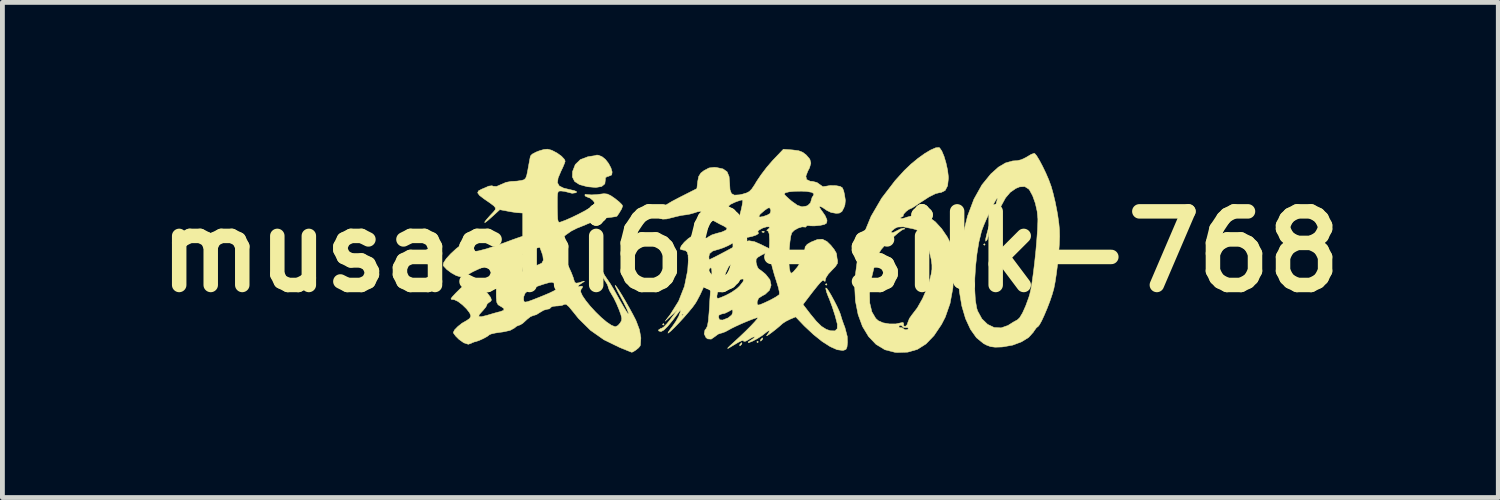
<source format=kicad_pcb>
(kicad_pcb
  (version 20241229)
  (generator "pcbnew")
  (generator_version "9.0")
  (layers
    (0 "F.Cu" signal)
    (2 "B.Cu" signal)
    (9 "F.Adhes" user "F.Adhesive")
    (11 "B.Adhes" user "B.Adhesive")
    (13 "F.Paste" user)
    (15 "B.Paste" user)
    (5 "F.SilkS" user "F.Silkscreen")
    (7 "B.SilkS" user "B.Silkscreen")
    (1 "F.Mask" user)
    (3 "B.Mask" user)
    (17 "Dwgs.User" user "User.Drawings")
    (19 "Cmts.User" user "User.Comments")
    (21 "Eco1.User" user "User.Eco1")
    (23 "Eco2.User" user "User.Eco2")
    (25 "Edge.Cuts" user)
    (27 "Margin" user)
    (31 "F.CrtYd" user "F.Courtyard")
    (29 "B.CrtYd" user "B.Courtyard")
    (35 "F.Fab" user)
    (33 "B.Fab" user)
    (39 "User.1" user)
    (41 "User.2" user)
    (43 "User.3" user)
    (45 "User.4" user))
  (footprint "musashi60-silk-768"
    (layer "F.Cu")
    (at 12.49 2.162)
    (property "Reference" "musashi60-silk-768" (at 0 0 0) (layer "F.SilkS") (effects (font (size 1.524 1.524) (thickness 0.3))))
    (attr through_hole)
    (fp_poly (pts (xy -1.786 1.505) (xy -1.802 1.521) (xy -1.819 1.505) (xy -1.802 1.488) (xy -1.786 1.505)) (stroke (width 0.01) (type solid)) (fill yes) (layer "F.SilkS"))
    (fp_poly (pts (xy 0.165 1.869) (xy 0.149 1.885) (xy 0.132 1.869) (xy 0.149 1.852) (xy 0.165 1.869)) (stroke (width 0.01) (type solid)) (fill yes) (layer "F.SilkS"))
    (fp_poly (pts (xy 1.587 0.678) (xy 1.571 0.695) (xy 1.554 0.678) (xy 1.571 0.661) (xy 1.587 0.678)) (stroke (width 0.01) (type solid)) (fill yes) (layer "F.SilkS"))
    (fp_poly (pts (xy 4.862 -0.149) (xy 4.845 -0.132) (xy 4.829 -0.149) (xy 4.845 -0.165) (xy 4.862 -0.149)) (stroke (width 0.01) (type solid)) (fill yes) (layer "F.SilkS"))
    (fp_poly (pts (xy 0.287 -0.419) (xy 0.282 -0.399) (xy 0.265 -0.397) (xy 0.237 -0.409) (xy 0.243 -0.419) (xy 0.282 -0.423) (xy 0.287 -0.419)) (stroke (width 0.01) (type solid)) (fill yes) (layer "F.SilkS"))
    (fp_poly (pts (xy 5.049 -0.617) (xy 5.053 -0.578) (xy 5.049 -0.573) (xy 5.029 -0.578) (xy 5.027 -0.595) (xy 5.039 -0.623) (xy 5.049 -0.617)) (stroke (width 0.01) (type solid)) (fill yes) (layer "F.SilkS"))
    (fp_poly (pts (xy -0.176 1.907) (xy -0.182 1.918) (xy -0.213 1.95) (xy -0.219 1.951) (xy -0.221 1.93) (xy -0.215 1.918) (xy -0.184 1.887) (xy -0.178 1.885) (xy -0.176 1.907)) (stroke (width 0.01) (type solid)) (fill yes) (layer "F.SilkS"))
    (fp_poly (pts (xy 0.254 1.807) (xy 0.248 1.819) (xy 0.217 1.851) (xy 0.211 1.852) (xy 0.209 1.831) (xy 0.215 1.819) (xy 0.246 1.787) (xy 0.252 1.786) (xy 0.254 1.807)) (stroke (width 0.01) (type solid)) (fill yes) (layer "F.SilkS"))
    (fp_poly (pts (xy -3.145 -1.997) (xy -3.077 -1.969) (xy -3.071 -1.966) (xy -3.001 -1.91) (xy -2.937 -1.827) (xy -2.888 -1.735) (xy -2.863 -1.651) (xy -2.871 -1.594) (xy -2.88 -1.585) (xy -2.947 -1.558) (xy -2.97 -1.555) (xy -3.002 -1.528) (xy -3.003 -1.493) (xy -3.014 -1.405) (xy -3.08 -1.35) (xy -3.201 -1.33) (xy -3.373 -1.345) (xy -3.536 -1.388) (xy -3.639 -1.454) (xy -3.686 -1.547) (xy -3.683 -1.659) (xy -3.626 -1.805) (xy -3.52 -1.908) (xy -3.365 -1.966) (xy -3.309 -1.975) (xy -3.228 -1.987) (xy -3.182 -2) (xy -3.18 -2.001) (xy -3.145 -1.997)) (stroke (width 0.01) (type solid)) (fill yes) (layer "F.SilkS"))
    (fp_poly (pts (xy 5.887 -2.034) (xy 5.927 -1.988) (xy 5.984 -1.894) (xy 6.05 -1.77) (xy 6.118 -1.629) (xy 6.18 -1.486) (xy 6.227 -1.357) (xy 6.229 -1.353) (xy 6.269 -1.21) (xy 6.312 -1.031) (xy 6.349 -0.843) (xy 6.365 -0.752) (xy 6.388 -0.589) (xy 6.401 -0.451) (xy 6.404 -0.314) (xy 6.398 -0.157) (xy 6.384 0.042) (xy 6.383 0.058) (xy 6.363 0.253) (xy 6.338 0.451) (xy 6.311 0.629) (xy 6.285 0.764) (xy 6.284 0.767) (xy 6.25 0.886) (xy 6.203 1.025) (xy 6.147 1.171) (xy 6.088 1.311) (xy 6.033 1.43) (xy 5.986 1.515) (xy 5.954 1.554) (xy 5.95 1.554) (xy 5.92 1.58) (xy 5.874 1.644) (xy 5.861 1.666) (xy 5.763 1.775) (xy 5.615 1.867) (xy 5.433 1.935) (xy 5.231 1.971) (xy 5.199 1.974) (xy 5.068 1.978) (xy 4.974 1.966) (xy 4.889 1.934) (xy 4.827 1.901) (xy 4.682 1.782) (xy 4.558 1.608) (xy 4.456 1.387) (xy 4.379 1.126) (xy 4.33 0.834) (xy 4.328 0.793) (xy 4.647 0.793) (xy 4.659 1.002) (xy 4.687 1.168) (xy 4.705 1.227) (xy 4.794 1.39) (xy 4.912 1.505) (xy 5.048 1.57) (xy 5.193 1.578) (xy 5.338 1.527) (xy 5.361 1.511) (xy 5.446 1.458) (xy 5.515 1.42) (xy 5.526 1.415) (xy 5.577 1.368) (xy 5.637 1.267) (xy 5.702 1.122) (xy 5.766 0.946) (xy 5.785 0.884) (xy 5.809 0.78) (xy 5.835 0.623) (xy 5.862 0.428) (xy 5.888 0.21) (xy 5.912 -0.018) (xy 5.931 -0.242) (xy 5.946 -0.447) (xy 5.953 -0.62) (xy 5.954 -0.678) (xy 5.939 -0.835) (xy 5.901 -1.003) (xy 5.846 -1.157) (xy 5.782 -1.275) (xy 5.763 -1.298) (xy 5.681 -1.349) (xy 5.574 -1.342) (xy 5.497 -1.31) (xy 5.381 -1.229) (xy 5.283 -1.113) (xy 5.193 -0.948) (xy 5.162 -0.878) (xy 5.116 -0.777) (xy 5.077 -0.713) (xy 5.055 -0.696) (xy 5.053 -0.699) (xy 5.038 -0.692) (xy 5.013 -0.639) (xy 4.983 -0.557) (xy 4.955 -0.465) (xy 4.934 -0.38) (xy 4.927 -0.326) (xy 4.909 -0.261) (xy 4.892 -0.232) (xy 4.872 -0.217) (xy 4.872 -0.259) (xy 4.893 -0.353) (xy 4.931 -0.492) (xy 4.987 -0.673) (xy 5.014 -0.757) (xy 5.059 -0.897) (xy 5.093 -1.011) (xy 5.114 -1.087) (xy 5.117 -1.112) (xy 5.097 -1.092) (xy 5.057 -1.025) (xy 5.005 -0.924) (xy 4.947 -0.802) (xy 4.888 -0.675) (xy 4.836 -0.554) (xy 4.797 -0.453) (xy 4.784 -0.413) (xy 4.732 -0.198) (xy 4.692 0.045) (xy 4.664 0.3) (xy 4.648 0.554) (xy 4.647 0.793) (xy 4.328 0.793) (xy 4.311 0.52) (xy 4.324 0.19) (xy 4.329 0.139) (xy 4.397 -0.327) (xy 4.497 -0.736) (xy 4.63 -1.088) (xy 4.795 -1.383) (xy 4.979 -1.609) (xy 5.136 -1.75) (xy 5.282 -1.837) (xy 5.432 -1.879) (xy 5.527 -1.885) (xy 5.608 -1.904) (xy 5.706 -1.95) (xy 5.736 -1.968) (xy 5.815 -2.015) (xy 5.874 -2.036) (xy 5.887 -2.034)) (stroke (width 0.01) (type solid)) (fill yes) (layer "F.SilkS"))
    (fp_poly (pts (xy 3.919 -2.15) (xy 3.964 -2.085) (xy 4.011 -1.973) (xy 4.052 -1.834) (xy 4.084 -1.688) (xy 4.1 -1.553) (xy 4.101 -1.52) (xy 4.084 -1.365) (xy 4.033 -1.267) (xy 3.948 -1.225) (xy 3.923 -1.224) (xy 3.831 -1.201) (xy 3.697 -1.133) (xy 3.525 -1.022) (xy 3.5 -1.005) (xy 3.412 -0.945) (xy 3.346 -0.904) (xy 3.321 -0.893) (xy 3.278 -0.874) (xy 3.223 -0.831) (xy 3.178 -0.783) (xy 3.164 -0.75) (xy 3.165 -0.749) (xy 3.161 -0.729) (xy 3.147 -0.728) (xy 3.111 -0.705) (xy 3.109 -0.694) (xy 3.136 -0.683) (xy 3.205 -0.701) (xy 3.229 -0.711) (xy 3.386 -0.752) (xy 3.547 -0.755) (xy 3.686 -0.72) (xy 3.698 -0.714) (xy 3.829 -0.619) (xy 3.96 -0.477) (xy 4.075 -0.309) (xy 4.124 -0.215) (xy 4.164 -0.125) (xy 4.19 -0.046) (xy 4.206 0.039) (xy 4.213 0.148) (xy 4.215 0.298) (xy 4.214 0.38) (xy 4.194 0.75) (xy 4.135 1.072) (xy 4.037 1.353) (xy 3.958 1.507) (xy 3.801 1.74) (xy 3.636 1.911) (xy 3.457 2.024) (xy 3.258 2.081) (xy 3.033 2.088) (xy 2.993 2.084) (xy 2.786 2.031) (xy 2.603 1.92) (xy 2.448 1.758) (xy 2.326 1.556) (xy 3.076 1.556) (xy 3.096 1.577) (xy 3.107 1.572) (xy 3.149 1.577) (xy 3.158 1.587) (xy 3.2 1.616) (xy 3.25 1.617) (xy 3.274 1.589) (xy 3.274 1.589) (xy 3.25 1.57) (xy 3.228 1.574) (xy 3.174 1.571) (xy 3.16 1.557) (xy 3.119 1.524) (xy 3.083 1.533) (xy 3.076 1.556) (xy 2.326 1.556) (xy 2.322 1.55) (xy 2.231 1.302) (xy 2.175 1.019) (xy 2.166 0.837) (xy 2.467 0.837) (xy 2.472 1.063) (xy 2.516 1.246) (xy 2.596 1.382) (xy 2.647 1.429) (xy 2.746 1.473) (xy 2.878 1.496) (xy 3.014 1.496) (xy 3.101 1.477) (xy 3.156 1.466) (xy 3.172 1.478) (xy 3.175 1.539) (xy 3.213 1.547) (xy 3.248 1.508) (xy 3.263 1.46) (xy 3.294 1.382) (xy 3.343 1.313) (xy 3.457 1.164) (xy 3.566 0.971) (xy 3.658 0.759) (xy 3.707 0.611) (xy 3.743 0.47) (xy 3.76 0.366) (xy 3.76 0.273) (xy 3.745 0.163) (xy 3.739 0.132) (xy 3.695 -0.048) (xy 3.632 -0.214) (xy 3.56 -0.347) (xy 3.505 -0.414) (xy 3.432 -0.456) (xy 3.354 -0.478) (xy 3.246 -0.498) (xy 3.167 -0.515) (xy 3.05 -0.51) (xy 2.993 -0.483) (xy 2.924 -0.426) (xy 2.914 -0.393) (xy 2.955 -0.394) (xy 3.026 -0.43) (xy 3.108 -0.471) (xy 3.172 -0.487) (xy 3.183 -0.485) (xy 3.2 -0.47) (xy 3.174 -0.466) (xy 3.13 -0.443) (xy 3.052 -0.383) (xy 2.953 -0.297) (xy 2.892 -0.239) (xy 2.783 -0.131) (xy 2.709 -0.046) (xy 2.659 0.036) (xy 2.618 0.135) (xy 2.575 0.274) (xy 2.572 0.282) (xy 2.501 0.575) (xy 2.467 0.837) (xy 2.166 0.837) (xy 2.159 0.707) (xy 2.167 0.534) (xy 2.228 0.08) (xy 2.338 -0.34) (xy 2.5 -0.733) (xy 2.719 -1.108) (xy 2.998 -1.472) (xy 3.189 -1.682) (xy 3.325 -1.812) (xy 3.468 -1.93) (xy 3.608 -2.031) (xy 3.734 -2.106) (xy 3.837 -2.151) (xy 3.906 -2.157) (xy 3.919 -2.15)) (stroke (width 0.01) (type solid)) (fill yes) (layer "F.SilkS"))
    (fp_poly (pts (xy -4.129 -2.105) (xy -4.101 -2.094) (xy -4.002 -2.042) (xy -3.912 -1.977) (xy -3.852 -1.913) (xy -3.836 -1.874) (xy -3.85 -1.829) (xy -3.885 -1.745) (xy -3.923 -1.666) (xy -3.982 -1.526) (xy -3.995 -1.428) (xy -3.959 -1.362) (xy -3.869 -1.317) (xy -3.764 -1.291) (xy -3.653 -1.266) (xy -3.602 -1.246) (xy -3.604 -1.226) (xy -3.612 -1.22) (xy -3.692 -1.209) (xy -3.753 -1.224) (xy -3.85 -1.249) (xy -3.921 -1.257) (xy -3.957 -1.255) (xy -3.98 -1.24) (xy -3.993 -1.201) (xy -3.998 -1.125) (xy -3.998 -1.001) (xy -3.998 -0.925) (xy -3.995 -0.775) (xy -3.991 -0.68) (xy -3.981 -0.628) (xy -3.964 -0.609) (xy -3.936 -0.612) (xy -3.924 -0.616) (xy -3.825 -0.653) (xy -3.698 -0.709) (xy -3.562 -0.775) (xy -3.434 -0.842) (xy -3.333 -0.901) (xy -3.283 -0.936) (xy -3.234 -0.987) (xy -3.232 -1.025) (xy -3.263 -1.064) (xy -3.321 -1.111) (xy -3.36 -1.124) (xy -3.415 -1.149) (xy -3.426 -1.162) (xy -3.424 -1.187) (xy -3.37 -1.182) (xy -3.29 -1.176) (xy -3.18 -1.182) (xy -3.128 -1.189) (xy -3.031 -1.201) (xy -2.96 -1.193) (xy -2.888 -1.158) (xy -2.805 -1.101) (xy -2.72 -1.033) (xy -2.662 -0.976) (xy -2.646 -0.947) (xy -2.666 -0.887) (xy -2.723 -0.792) (xy -2.764 -0.734) (xy -2.798 -0.725) (xy -2.878 -0.713) (xy -2.948 -0.705) (xy -3.089 -0.679) (xy -3.237 -0.634) (xy -3.291 -0.612) (xy -3.416 -0.557) (xy -3.544 -0.505) (xy -3.593 -0.486) (xy -3.709 -0.427) (xy -3.819 -0.35) (xy -3.835 -0.337) (xy -3.942 -0.24) (xy -3.89 -0.038) (xy -3.847 0.104) (xy -3.793 0.248) (xy -3.759 0.322) (xy -3.709 0.432) (xy -3.669 0.535) (xy -3.658 0.574) (xy -3.64 0.629) (xy -3.612 0.652) (xy -3.555 0.645) (xy -3.456 0.613) (xy -3.435 0.612) (xy -3.467 0.636) (xy -3.481 0.644) (xy -3.546 0.688) (xy -3.571 0.718) (xy -3.551 0.725) (xy -3.522 0.716) (xy -3.479 0.714) (xy -3.481 0.748) (xy -3.51 0.785) (xy -3.515 0.833) (xy -3.478 0.914) (xy -3.408 1.016) (xy -3.314 1.132) (xy -3.205 1.25) (xy -3.091 1.361) (xy -2.98 1.455) (xy -2.882 1.522) (xy -2.806 1.553) (xy -2.794 1.554) (xy -2.742 1.529) (xy -2.696 1.476) (xy -2.669 1.428) (xy -2.664 1.378) (xy -2.681 1.307) (xy -2.718 1.204) (xy -2.771 1.077) (xy -2.83 0.956) (xy -2.867 0.894) (xy -2.915 0.811) (xy -2.942 0.746) (xy -2.943 0.733) (xy -2.963 0.677) (xy -3.009 0.605) (xy -3.01 0.604) (xy -3.056 0.523) (xy -3.073 0.45) (xy -3.067 0.409) (xy -3.051 0.43) (xy -3.02 0.489) (xy -2.967 0.568) (xy -2.959 0.579) (xy -2.9 0.666) (xy -2.831 0.78) (xy -2.795 0.843) (xy -2.701 1.012) (xy -2.623 1.147) (xy -2.566 1.241) (xy -2.533 1.287) (xy -2.528 1.29) (xy -2.526 1.265) (xy -2.557 1.188) (xy -2.622 1.057) (xy -2.687 0.934) (xy -2.745 0.825) (xy -2.785 0.742) (xy -2.801 0.698) (xy -2.801 0.695) (xy -2.776 0.722) (xy -2.727 0.794) (xy -2.661 0.9) (xy -2.586 1.027) (xy -2.509 1.163) (xy -2.437 1.294) (xy -2.378 1.408) (xy -2.364 1.439) (xy -2.298 1.615) (xy -2.268 1.785) (xy -2.277 1.929) (xy -2.283 1.95) (xy -2.315 1.991) (xy -2.374 2.039) (xy -2.433 2.076) (xy -2.459 2.083) (xy -2.49 2.071) (xy -2.567 2.04) (xy -2.675 1.996) (xy -2.707 1.983) (xy -3.033 1.824) (xy -3.312 1.628) (xy -3.558 1.385) (xy -3.669 1.247) (xy -3.756 1.141) (xy -3.814 1.09) (xy -3.848 1.09) (xy -3.902 1.113) (xy -3.99 1.124) (xy -4.008 1.124) (xy -4.089 1.132) (xy -4.132 1.151) (xy -4.134 1.158) (xy -4.162 1.184) (xy -4.203 1.191) (xy -4.278 1.211) (xy -4.357 1.257) (xy -4.432 1.304) (xy -4.496 1.323) (xy -4.553 1.345) (xy -4.626 1.402) (xy -4.647 1.422) (xy -4.716 1.485) (xy -4.774 1.519) (xy -4.785 1.521) (xy -4.84 1.543) (xy -4.89 1.583) (xy -4.978 1.631) (xy -5.13 1.663) (xy -5.171 1.668) (xy -5.285 1.685) (xy -5.371 1.705) (xy -5.409 1.723) (xy -5.451 1.756) (xy -5.529 1.799) (xy -5.618 1.839) (xy -5.692 1.864) (xy -5.711 1.867) (xy -5.768 1.888) (xy -5.774 1.894) (xy -5.842 1.918) (xy -5.936 1.887) (xy -6.035 1.816) (xy -6.104 1.747) (xy -6.146 1.69) (xy -6.152 1.673) (xy -6.126 1.62) (xy -6.06 1.552) (xy -5.974 1.483) (xy -5.885 1.432) (xy -5.879 1.429) (xy -5.814 1.384) (xy -5.788 1.333) (xy -5.813 1.268) (xy -5.878 1.184) (xy -5.964 1.1) (xy -6.054 1.031) (xy -6.131 0.995) (xy -6.149 0.992) (xy -6.19 0.989) (xy -6.2 0.973) (xy -6.172 0.934) (xy -6.103 0.86) (xy -6.084 0.841) (xy -5.998 0.756) (xy -5.922 0.689) (xy -5.881 0.659) (xy -5.808 0.652) (xy -5.706 0.681) (xy -5.594 0.737) (xy -5.492 0.812) (xy -5.447 0.859) (xy -5.38 0.947) (xy -5.362 1.003) (xy -5.389 1.038) (xy -5.407 1.046) (xy -5.452 1.083) (xy -5.458 1.103) (xy -5.48 1.148) (xy -5.536 1.215) (xy -5.559 1.24) (xy -5.618 1.307) (xy -5.623 1.343) (xy -5.572 1.347) (xy -5.463 1.321) (xy -5.432 1.312) (xy -5.319 1.278) (xy -5.216 1.25) (xy -5.184 1.243) (xy -5.11 1.215) (xy -5.102 1.18) (xy -5.159 1.138) (xy -5.176 1.13) (xy -5.225 1.099) (xy -5.251 1.051) (xy -5.261 0.964) (xy -5.261 0.961) (xy -4.696 0.961) (xy -4.696 1.007) (xy -4.687 1.035) (xy -4.661 1.044) (xy -4.608 1.034) (xy -4.518 1.002) (xy -4.381 0.948) (xy -4.287 0.91) (xy -4.166 0.859) (xy -4.071 0.813) (xy -4.018 0.78) (xy -4.011 0.772) (xy -4.021 0.724) (xy -4.047 0.678) (xy -4.075 0.645) (xy -4.108 0.632) (xy -4.163 0.639) (xy -4.259 0.666) (xy -4.295 0.677) (xy -4.474 0.738) (xy -4.595 0.798) (xy -4.666 0.862) (xy -4.695 0.935) (xy -4.696 0.961) (xy -5.261 0.961) (xy -5.263 0.918) (xy -5.263 0.814) (xy -5.261 0.735) (xy -5.259 0.711) (xy -5.253 0.645) (xy -5.254 0.546) (xy -5.26 0.435) (xy -5.264 0.4) (xy -4.722 0.4) (xy -4.706 0.425) (xy -4.652 0.401) (xy -4.601 0.367) (xy -4.503 0.312) (xy -4.397 0.273) (xy -4.319 0.237) (xy -4.287 0.176) (xy -4.299 0.08) (xy -4.328 -0.004) (xy -4.361 -0.092) (xy -4.547 -0.04) (xy -4.653 -0.006) (xy -4.704 0.023) (xy -4.712 0.056) (xy -4.709 0.064) (xy -4.688 0.143) (xy -4.693 0.241) (xy -4.71 0.322) (xy -4.722 0.4) (xy -5.264 0.4) (xy -5.27 0.335) (xy -5.283 0.268) (xy -5.289 0.254) (xy -5.33 0.254) (xy -5.413 0.276) (xy -5.521 0.315) (xy -5.637 0.363) (xy -5.745 0.414) (xy -5.827 0.46) (xy -5.856 0.481) (xy -5.927 0.514) (xy -6.005 0.521) (xy -6.092 0.495) (xy -6.194 0.438) (xy -6.289 0.367) (xy -6.353 0.298) (xy -6.363 0.279) (xy -6.351 0.226) (xy -6.297 0.144) (xy -6.208 0.046) (xy -6.096 -0.058) (xy -5.978 -0.151) (xy -5.892 -0.212) (xy -5.829 -0.253) (xy -5.807 -0.265) (xy -5.803 -0.236) (xy -5.808 -0.163) (xy -5.812 -0.132) (xy -5.82 -0.048) (xy -5.807 -0.01) (xy -5.765 -0.000184) (xy -5.75 0) (xy -5.634 -0.015) (xy -5.464 -0.059) (xy -5.245 -0.13) (xy -5.06 -0.197) (xy -4.929 -0.246) (xy -4.819 -0.285) (xy -4.745 -0.31) (xy -4.729 -0.314) (xy -4.68 -0.328) (xy -4.672 -0.332) (xy -4.638 -0.346) (xy -4.548 -0.384) (xy -4.506 -0.445) (xy -4.498 -0.531) (xy -4.507 -0.64) (xy -4.528 -0.736) (xy -4.53 -0.743) (xy -4.565 -0.803) (xy -4.62 -0.813) (xy -4.65 -0.806) (xy -4.727 -0.801) (xy -4.842 -0.809) (xy -4.964 -0.827) (xy -5.19 -0.87) (xy -5.34 -0.733) (xy -5.439 -0.645) (xy -5.494 -0.604) (xy -5.505 -0.609) (xy -5.47 -0.658) (xy -5.389 -0.75) (xy -5.322 -0.821) (xy -5.284 -0.869) (xy -5.279 -0.907) (xy -5.312 -0.948) (xy -5.387 -1.005) (xy -5.509 -1.089) (xy -5.515 -1.093) (xy -5.61 -1.166) (xy -5.648 -1.219) (xy -5.631 -1.259) (xy -5.565 -1.294) (xy -5.479 -1.33) (xy -5.421 -1.357) (xy -5.352 -1.365) (xy -5.322 -1.354) (xy -5.256 -1.351) (xy -5.166 -1.39) (xy -5.062 -1.435) (xy -4.955 -1.455) (xy -4.947 -1.455) (xy -4.835 -1.461) (xy -4.74 -1.475) (xy -4.687 -1.49) (xy -4.654 -1.521) (xy -4.631 -1.582) (xy -4.609 -1.691) (xy -4.605 -1.714) (xy -4.583 -1.834) (xy -4.565 -1.931) (xy -4.554 -1.982) (xy -4.518 -2.02) (xy -4.439 -2.062) (xy -4.379 -2.086) (xy -4.275 -2.117) (xy -4.201 -2.123) (xy -4.129 -2.105)) (stroke (width 0.01) (type solid)) (fill yes) (layer "F.SilkS"))
    (fp_poly (pts (xy 0.872 -2.107) (xy 0.999 -2.091) (xy 1.087 -2.056) (xy 1.159 -2) (xy 1.231 -1.915) (xy 1.252 -1.834) (xy 1.225 -1.737) (xy 1.189 -1.668) (xy 1.149 -1.563) (xy 1.165 -1.494) (xy 1.236 -1.459) (xy 1.289 -1.455) (xy 1.379 -1.432) (xy 1.437 -1.391) (xy 1.5 -1.347) (xy 1.57 -1.356) (xy 1.651 -1.37) (xy 1.757 -1.368) (xy 1.78 -1.366) (xy 1.86 -1.351) (xy 1.905 -1.323) (xy 1.931 -1.263) (xy 1.949 -1.185) (xy 1.967 -1.064) (xy 1.958 -0.969) (xy 1.936 -0.908) (xy 1.895 -0.831) (xy 1.842 -0.799) (xy 1.776 -0.794) (xy 1.672 -0.812) (xy 1.584 -0.854) (xy 1.491 -0.918) (xy 1.439 -0.939) (xy 1.431 -0.918) (xy 1.47 -0.856) (xy 1.486 -0.836) (xy 1.547 -0.747) (xy 1.583 -0.666) (xy 1.587 -0.639) (xy 1.577 -0.592) (xy 1.534 -0.564) (xy 1.442 -0.544) (xy 1.438 -0.544) (xy 1.332 -0.534) (xy 1.244 -0.535) (xy 1.223 -0.539) (xy 1.171 -0.54) (xy 1.158 -0.524) (xy 1.138 -0.506) (xy 1.128 -0.51) (xy 1.07 -0.514) (xy 0.988 -0.488) (xy 0.908 -0.443) (xy 0.858 -0.392) (xy 0.836 -0.321) (xy 0.819 -0.203) (xy 0.805 -0.059) (xy 0.798 0.092) (xy 0.798 0.23) (xy 0.806 0.336) (xy 0.808 0.346) (xy 0.825 0.424) (xy 0.845 0.447) (xy 0.88 0.425) (xy 0.895 0.412) (xy 0.974 0.319) (xy 1.048 0.198) (xy 1.102 0.075) (xy 1.124 -0.026) (xy 1.124 -0.03) (xy 1.135 -0.101) (xy 1.177 -0.152) (xy 1.255 -0.198) (xy 1.388 -0.252) (xy 1.491 -0.258) (xy 1.585 -0.211) (xy 1.666 -0.132) (xy 1.734 -0.047) (xy 1.778 0.027) (xy 1.786 0.058) (xy 1.795 0.138) (xy 1.806 0.186) (xy 1.803 0.243) (xy 1.76 0.31) (xy 1.69 0.382) (xy 1.614 0.463) (xy 1.565 0.539) (xy 1.554 0.576) (xy 1.546 0.618) (xy 1.528 0.605) (xy 1.512 0.593) (xy 1.487 0.603) (xy 1.446 0.641) (xy 1.384 0.714) (xy 1.293 0.828) (xy 1.198 0.952) (xy 1.09 1.094) (xy 1.24 1.289) (xy 1.366 1.442) (xy 1.472 1.546) (xy 1.572 1.609) (xy 1.659 1.638) (xy 1.752 1.64) (xy 1.799 1.594) (xy 1.801 1.5) (xy 1.798 1.489) (xy 1.756 1.329) (xy 1.697 1.146) (xy 1.634 0.977) (xy 1.614 0.932) (xy 1.579 0.839) (xy 1.562 0.769) (xy 1.563 0.751) (xy 1.582 0.76) (xy 1.621 0.816) (xy 1.674 0.904) (xy 1.732 1.011) (xy 1.789 1.122) (xy 1.836 1.224) (xy 1.867 1.303) (xy 1.872 1.323) (xy 1.896 1.402) (xy 1.934 1.51) (xy 1.956 1.565) (xy 2.006 1.755) (xy 2.011 1.879) (xy 2.001 1.974) (xy 1.98 2.022) (xy 1.936 2.041) (xy 1.908 2.045) (xy 1.796 2.03) (xy 1.653 1.966) (xy 1.487 1.86) (xy 1.306 1.715) (xy 1.118 1.539) (xy 1.075 1.494) (xy 0.938 1.35) (xy 0.823 1.398) (xy 0.733 1.443) (xy 0.665 1.488) (xy 0.66 1.493) (xy 0.597 1.549) (xy 0.521 1.612) (xy 0.445 1.671) (xy 0.38 1.718) (xy 0.339 1.743) (xy 0.336 1.737) (xy 0.339 1.733) (xy 0.387 1.666) (xy 0.393 1.635) (xy 0.359 1.647) (xy 0.322 1.675) (xy 0.241 1.738) (xy 0.141 1.802) (xy 0.045 1.853) (xy -0.027 1.882) (xy -0.043 1.884) (xy -0.046 1.87) (xy 0.0001 1.838) (xy 0.011 1.832) (xy 0.07 1.792) (xy 0.089 1.765) (xy 0.088 1.763) (xy 0.052 1.769) (xy -0.013 1.805) (xy -0.028 1.816) (xy -0.094 1.853) (xy -0.134 1.858) (xy -0.138 1.853) (xy -0.151 1.839) (xy -0.184 1.846) (xy -0.247 1.876) (xy -0.349 1.936) (xy -0.42 1.979) (xy -0.467 2.006) (xy -0.47 1.997) (xy -0.424 1.95) (xy -0.331 1.865) (xy -0.213 1.756) (xy -0.097 1.645) (xy 0.007 1.541) (xy 0.09 1.453) (xy 0.142 1.392) (xy 0.154 1.367) (xy 0.119 1.372) (xy 0.04 1.399) (xy -0.066 1.441) (xy -0.185 1.491) (xy -0.299 1.543) (xy -0.393 1.589) (xy -0.434 1.612) (xy -0.521 1.659) (xy -0.593 1.685) (xy -0.607 1.687) (xy -0.67 1.709) (xy -0.728 1.753) (xy -0.811 1.811) (xy -0.884 1.806) (xy -0.919 1.779) (xy -0.956 1.703) (xy -0.941 1.623) (xy -0.915 1.592) (xy -0.89 1.54) (xy -0.87 1.429) (xy -0.864 1.356) (xy -0.661 1.356) (xy -0.639 1.411) (xy -0.573 1.416) (xy -0.462 1.372) (xy -0.461 1.372) (xy -0.385 1.31) (xy -0.364 1.252) (xy -0.368 1.206) (xy -0.393 1.205) (xy -0.445 1.236) (xy -0.528 1.276) (xy -0.594 1.29) (xy -0.65 1.313) (xy -0.661 1.356) (xy -0.864 1.356) (xy -0.855 1.254) (xy -0.849 1.166) (xy -0.839 0.984) (xy -0.834 0.922) (xy -0.695 0.922) (xy -0.695 0.922) (xy -0.691 0.957) (xy -0.672 0.968) (xy -0.623 0.954) (xy -0.531 0.915) (xy -0.504 0.903) (xy -0.385 0.839) (xy -0.278 0.764) (xy -0.225 0.714) (xy -0.154 0.624) (xy -0.136 0.574) (xy -0.17 0.564) (xy -0.257 0.593) (xy -0.33 0.628) (xy -0.438 0.679) (xy -0.528 0.715) (xy -0.577 0.728) (xy -0.633 0.757) (xy -0.677 0.829) (xy -0.695 0.922) (xy -0.834 0.922) (xy -0.826 0.801) (xy -0.814 0.641) (xy -0.806 0.554) (xy -0.801 0.484) (xy -0.523 0.484) (xy -0.502 0.494) (xy -0.44 0.468) (xy -0.396 0.446) (xy -0.317 0.391) (xy -0.263 0.326) (xy -0.246 0.271) (xy -0.255 0.252) (xy -0.319 0.228) (xy -0.393 0.252) (xy -0.453 0.314) (xy -0.457 0.323) (xy -0.507 0.429) (xy -0.523 0.484) (xy -0.801 0.484) (xy -0.797 0.424) (xy -0.803 0.352) (xy -0.822 0.331) (xy -0.852 0.358) (xy -0.86 0.4) (xy -0.875 0.481) (xy -0.915 0.603) (xy -0.974 0.746) (xy -1.042 0.893) (xy -1.113 1.027) (xy -1.142 1.074) (xy -1.198 1.151) (xy -1.28 1.25) (xy -1.376 1.361) (xy -1.477 1.471) (xy -1.571 1.569) (xy -1.648 1.644) (xy -1.698 1.683) (xy -1.707 1.687) (xy -1.699 1.664) (xy -1.658 1.604) (xy -1.615 1.548) (xy -1.542 1.442) (xy -1.483 1.335) (xy -1.471 1.306) (xy -1.422 1.306) (xy -1.406 1.323) (xy -1.389 1.306) (xy -1.406 1.29) (xy -1.422 1.306) (xy -1.471 1.306) (xy -1.465 1.291) (xy -1.442 1.22) (xy -1.443 1.203) (xy -1.469 1.235) (xy -1.474 1.24) (xy -1.608 1.419) (xy -1.712 1.545) (xy -1.79 1.622) (xy -1.846 1.653) (xy -1.856 1.654) (xy -1.9 1.641) (xy -1.902 1.621) (xy -1.854 1.589) (xy -1.838 1.587) (xy -1.798 1.563) (xy -1.733 1.497) (xy -1.658 1.405) (xy -1.653 1.397) (xy -1.511 1.207) (xy -1.765 1.439) (xy -1.658 1.3) (xy -1.486 1.025) (xy -1.365 0.717) (xy -1.3 0.395) (xy -1.297 0.366) (xy -1.287 0.212) (xy 0.117 0.212) (xy 0.122 0.242) (xy 0.145 0.318) (xy 0.173 0.359) (xy 0.174 0.359) (xy 0.216 0.387) (xy 0.286 0.443) (xy 0.317 0.47) (xy 0.404 0.58) (xy 0.429 0.693) (xy 0.395 0.799) (xy 0.303 0.885) (xy 0.253 0.91) (xy 0.17 0.963) (xy 0.14 1.038) (xy 0.142 1.097) (xy 0.173 1.105) (xy 0.214 1.092) (xy 0.294 1.058) (xy 0.398 1.009) (xy 0.437 0.989) (xy 0.525 0.94) (xy 0.587 0.898) (xy 0.6 0.884) (xy 0.6 0.838) (xy 0.582 0.75) (xy 0.547 0.637) (xy 0.546 0.632) (xy 0.498 0.482) (xy 0.453 0.32) (xy 0.428 0.215) (xy 0.405 0.109) (xy 0.387 0.034) (xy 0.379 0.007) (xy 0.348 0.015) (xy 0.279 0.046) (xy 0.237 0.067) (xy 0.155 0.115) (xy 0.119 0.156) (xy 0.117 0.212) (xy -1.287 0.212) (xy -1.286 0.194) (xy -1.289 0.103) (xy -0.86 0.103) (xy -0.856 0.155) (xy -0.851 0.165) (xy -0.819 0.151) (xy -0.745 0.115) (xy -0.644 0.063) (xy -0.644 0.063) (xy -0.507 -0.009) (xy -0.362 -0.088) (xy -0.277 -0.135) (xy -0.141 -0.202) (xy -0.028 -0.226) (xy 0.085 -0.207) (xy 0.218 -0.149) (xy 0.308 -0.104) (xy 0.371 -0.074) (xy 0.389 -0.066) (xy 0.393 -0.096) (xy 0.396 -0.173) (xy 0.397 -0.248) (xy 0.39 -0.367) (xy 0.369 -0.424) (xy 0.356 -0.43) (xy 0.338 -0.441) (xy 0.363 -0.462) (xy 0.401 -0.497) (xy 0.387 -0.515) (xy 0.337 -0.515) (xy 0.262 -0.492) (xy 0.241 -0.483) (xy 0.167 -0.44) (xy 0.152 -0.409) (xy 0.163 -0.398) (xy 0.166 -0.374) (xy 0.12 -0.345) (xy 0.039 -0.317) (xy -0.06 -0.296) (xy -0.151 -0.288) (xy -0.227 -0.279) (xy -0.264 -0.262) (xy -0.265 -0.259) (xy -0.292 -0.225) (xy -0.364 -0.178) (xy -0.459 -0.126) (xy -0.562 -0.081) (xy -0.651 -0.051) (xy -0.661 -0.049) (xy -0.782 -0.012) (xy -0.845 0.041) (xy -0.86 0.103) (xy -1.289 0.103) (xy -1.289 0.077) (xy -1.31 0.006) (xy -1.35 -0.027) (xy -1.391 -0.033) (xy -1.444 -0.046) (xy -1.455 -0.064) (xy -1.431 -0.12) (xy -1.369 -0.195) (xy -1.289 -0.268) (xy -1.208 -0.323) (xy -1.191 -0.33) (xy -1.11 -0.354) (xy -1.044 -0.338) (xy -1.006 -0.316) (xy -0.941 -0.28) (xy -0.897 -0.284) (xy -0.865 -0.309) (xy -0.796 -0.348) (xy -0.7 -0.378) (xy -0.688 -0.381) (xy -0.591 -0.407) (xy -0.515 -0.441) (xy -0.509 -0.445) (xy -0.484 -0.471) (xy -0.496 -0.497) (xy -0.552 -0.532) (xy -0.631 -0.57) (xy -0.752 -0.636) (xy -0.865 -0.711) (xy -0.916 -0.754) (xy -0.986 -0.814) (xy -1.038 -0.835) (xy -1.103 -0.824) (xy -1.148 -0.808) (xy -1.25 -0.779) (xy -1.339 -0.763) (xy -1.351 -0.762) (xy -1.426 -0.752) (xy -1.534 -0.728) (xy -1.611 -0.708) (xy -1.733 -0.678) (xy -1.816 -0.674) (xy -1.875 -0.692) (xy -1.957 -0.729) (xy -1.891 -0.836) (xy -1.844 -0.893) (xy -0.458 -0.893) (xy -0.448 -0.835) (xy -0.432 -0.743) (xy -0.423 -0.676) (xy -0.422 -0.67) (xy -0.397 -0.631) (xy -0.385 -0.628) (xy -0.373 -0.611) (xy -0.39 -0.589) (xy -0.425 -0.54) (xy -0.43 -0.523) (xy -0.407 -0.497) (xy -0.356 -0.505) (xy -0.301 -0.542) (xy -0.293 -0.551) (xy -0.262 -0.595) (xy -0.258 -0.609) (xy -0.258 -0.637) (xy -0.25 -0.661) (xy -0.227 -0.732) (xy 0.173 -0.732) (xy 0.198 -0.716) (xy 0.268 -0.729) (xy 0.352 -0.759) (xy 0.406 -0.79) (xy 0.407 -0.791) (xy 0.424 -0.845) (xy 0.417 -0.878) (xy 0.398 -0.909) (xy 0.364 -0.904) (xy 0.3 -0.86) (xy 0.291 -0.853) (xy 0.204 -0.778) (xy 0.173 -0.732) (xy -0.227 -0.732) (xy -0.221 -0.752) (xy -0.193 -0.858) (xy -0.171 -0.96) (xy -0.159 -1.037) (xy -0.162 -1.072) (xy -0.201 -1.066) (xy -0.279 -1.04) (xy -0.327 -1.021) (xy -0.413 -0.98) (xy -0.453 -0.944) (xy -0.458 -0.893) (xy -1.844 -0.893) (xy -1.84 -0.897) (xy -1.754 -0.964) (xy -1.623 -1.042) (xy -1.467 -1.124) (xy -1.108 -1.306) (xy -1.091 -1.454) (xy -1.07 -1.559) (xy -1.025 -1.629) (xy -0.959 -1.68) (xy -0.856 -1.734) (xy -0.75 -1.747) (xy -0.701 -1.743) (xy -0.567 -1.714) (xy -0.483 -1.655) (xy -0.441 -1.555) (xy -0.43 -1.421) (xy -0.422 -1.284) (xy -0.392 -1.203) (xy -0.331 -1.171) (xy -0.228 -1.177) (xy -0.168 -1.19) (xy -0.16 -1.192) (xy 0.701 -1.192) (xy 0.701 -1.191) (xy 0.73 -1.157) (xy 0.795 -1.097) (xy 0.855 -1.045) (xy 0.972 -0.962) (xy 1.068 -0.929) (xy 1.159 -0.944) (xy 1.193 -0.96) (xy 1.245 -1.012) (xy 1.257 -1.053) (xy 1.279 -1.127) (xy 1.298 -1.152) (xy 1.317 -1.197) (xy 1.273 -1.229) (xy 1.165 -1.248) (xy 1.063 -1.253) (xy 0.916 -1.251) (xy 0.799 -1.239) (xy 0.723 -1.219) (xy 0.701 -1.192) (xy -0.16 -1.192) (xy -0.084 -1.214) (xy -0.023 -1.245) (xy 0.029 -1.298) (xy 0.089 -1.387) (xy 0.131 -1.458) (xy 0.223 -1.594) (xy 0.339 -1.747) (xy 0.458 -1.885) (xy 0.475 -1.903) (xy 0.683 -2.121) (xy 0.872 -2.107)) (stroke (width 0.01) (type solid)) (fill yes) (layer "F.SilkS")))
  (gr_rect
    (start -3 -3)
    (end 27.979 7.254)
    (stroke (width 0.1) (type default))
    (fill no)
    (layer "Edge.Cuts")))
</source>
